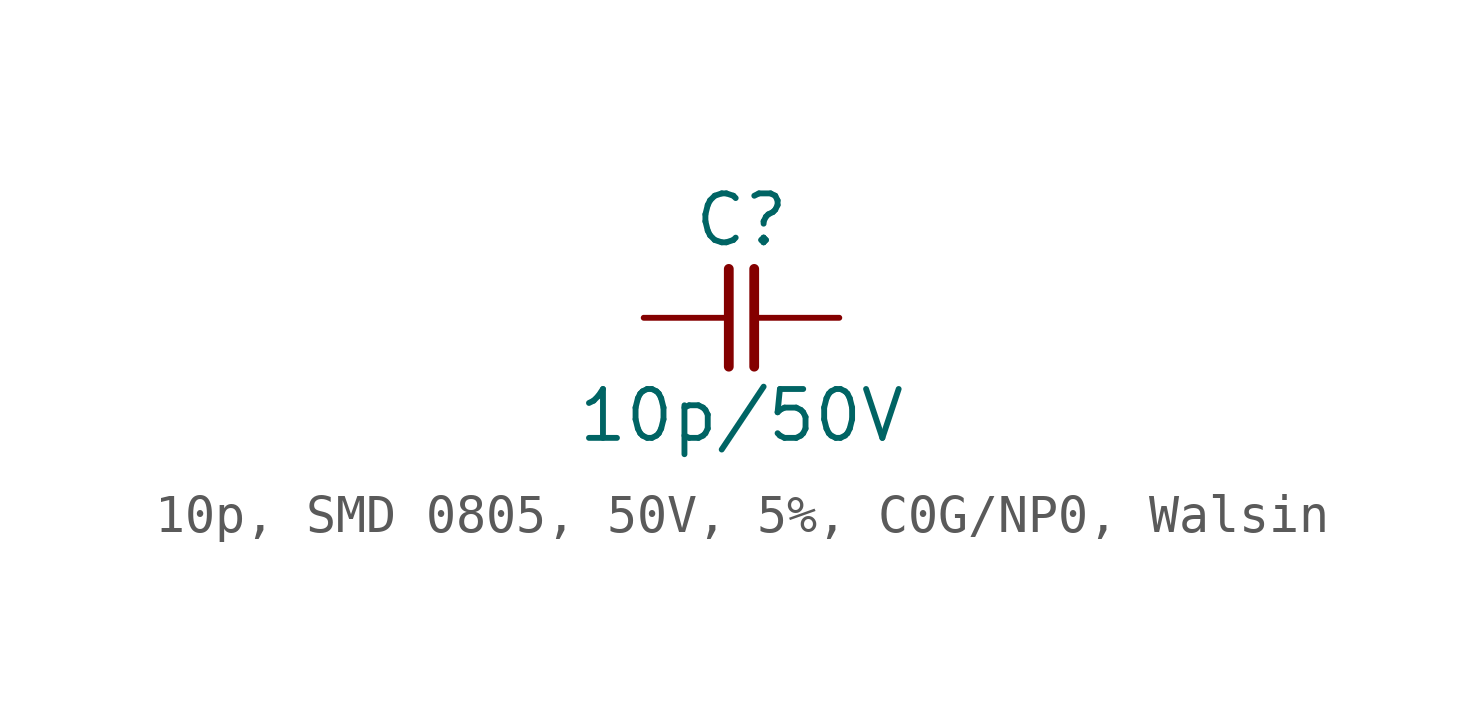
<source format=kicad_sym>
(kicad_symbol_lib
  (version 20241209)
  (generator "kicad_symbol_editor")
  (generator_version "9.0")
  (symbol "10p, SMD 0805, 50V, 5%, C0G/NP0, Walsin"
    (pin_numbers
      (hide yes))
    (pin_names
      (offset 0)
      (hide yes))
    (property "Reference" "C"
      (at 0 2.54 0)
      (effects (font (size 1.27 1.27))))
    (property "Value" "10p/50V"
      (at 0 -2.54 0)
      (effects (font (size 1.27 1.27))))
    (symbol "10p, SMD 0805, 50V, 5%, C0G/NP0, Walsin_0_1"
      (polyline (pts (xy -0.33 1.27) (xy -0.33 -1.27)) (stroke (width 0.254) (type default)) (fill (type none)))
      (polyline (pts (xy 0.33 1.27) (xy 0.33 -1.27)) (stroke (width 0.254) (type default)) (fill (type none))))
    (symbol "10p, SMD 0805, 50V, 5%, C0G/NP0, Walsin_1_1"
      (pin passive line (at -2.54 0 0) (length 2.21) (name "1" (effects (font (size 1.27 1.27)))) (number "1" (effects (font (size 1.27 1.27)))))
      (pin passive line (at 2.54 0 180) (length 2.21) (name "2" (effects (font (size 1.27 1.27)))) (number "2" (effects (font (size 1.27 1.27))))))))
</source>
